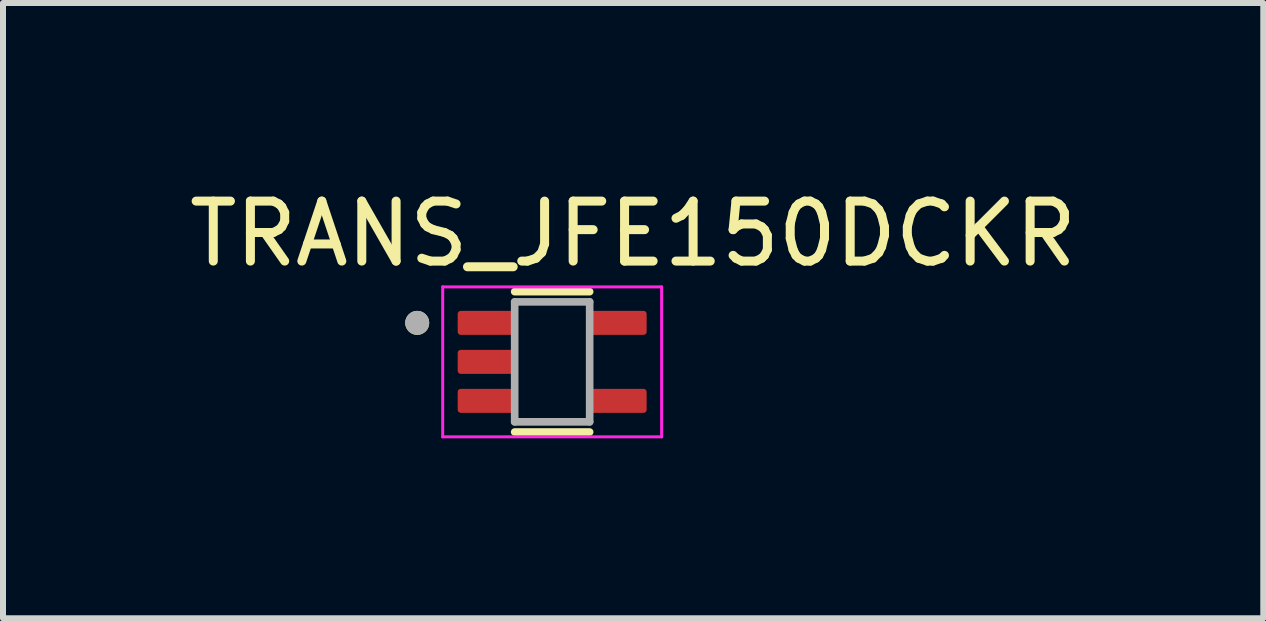
<source format=kicad_pcb>
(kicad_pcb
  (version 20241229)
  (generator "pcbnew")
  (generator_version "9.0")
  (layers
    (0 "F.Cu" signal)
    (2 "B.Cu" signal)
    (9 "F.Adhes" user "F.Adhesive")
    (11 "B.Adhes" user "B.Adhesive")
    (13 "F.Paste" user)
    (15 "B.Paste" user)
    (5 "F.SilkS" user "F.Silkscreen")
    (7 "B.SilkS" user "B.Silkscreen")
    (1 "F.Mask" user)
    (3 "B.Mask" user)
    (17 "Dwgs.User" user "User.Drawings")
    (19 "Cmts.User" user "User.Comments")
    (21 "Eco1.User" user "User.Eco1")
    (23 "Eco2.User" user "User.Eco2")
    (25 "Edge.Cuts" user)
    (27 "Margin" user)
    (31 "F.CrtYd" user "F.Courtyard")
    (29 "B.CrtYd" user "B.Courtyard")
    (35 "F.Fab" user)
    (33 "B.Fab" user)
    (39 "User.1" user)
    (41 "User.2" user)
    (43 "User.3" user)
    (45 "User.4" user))
  (footprint "TRANS_JFE150DCKR"
    (layer "F.Cu")
    (at 6.156 2.983)
    (property "Reference" "TRANS_JFE150DCKR" (at 1.35 -2.135 0) (layer "F.SilkS") (effects (font (size 1 1) (thickness 0.15))))
    (attr smd)
    (fp_poly (pts (xy -0.675 -0.38) (xy -1.525 -0.38) (xy -1.531 -0.38) (xy -1.538 -0.381) (xy -1.544 -0.381) (xy -1.55 -0.383) (xy -1.556 -0.384) (xy -1.562 -0.386) (xy -1.568 -0.388) (xy -1.574 -0.39) (xy -1.579 -0.393) (xy -1.585 -0.396) (xy -1.59 -0.399) (xy -1.596 -0.403) (xy -1.601 -0.407) (xy -1.605 -0.411) (xy -1.61 -0.415) (xy -1.614 -0.42) (xy -1.618 -0.424) (xy -1.622 -0.429) (xy -1.626 -0.435) (xy -1.629 -0.44) (xy -1.632 -0.446) (xy -1.635 -0.451) (xy -1.637 -0.457) (xy -1.639 -0.463) (xy -1.641 -0.469) (xy -1.642 -0.475) (xy -1.644 -0.481) (xy -1.644 -0.487) (xy -1.645 -0.494) (xy -1.645 -0.5) (xy -1.645 -0.8) (xy -1.645 -0.806) (xy -1.644 -0.813) (xy -1.644 -0.819) (xy -1.642 -0.825) (xy -1.641 -0.831) (xy -1.639 -0.837) (xy -1.637 -0.843) (xy -1.635 -0.849) (xy -1.632 -0.854) (xy -1.629 -0.86) (xy -1.626 -0.865) (xy -1.622 -0.871) (xy -1.618 -0.876) (xy -1.614 -0.88) (xy -1.61 -0.885) (xy -1.605 -0.889) (xy -1.601 -0.893) (xy -1.596 -0.897) (xy -1.59 -0.901) (xy -1.585 -0.904) (xy -1.579 -0.907) (xy -1.574 -0.91) (xy -1.568 -0.912) (xy -1.562 -0.914) (xy -1.556 -0.916) (xy -1.55 -0.917) (xy -1.544 -0.919) (xy -1.538 -0.919) (xy -1.531 -0.92) (xy -1.525 -0.92) (xy -0.675 -0.92) (xy -0.669 -0.92) (xy -0.662 -0.919) (xy -0.656 -0.919) (xy -0.65 -0.917) (xy -0.644 -0.916) (xy -0.638 -0.914) (xy -0.632 -0.912) (xy -0.626 -0.91) (xy -0.621 -0.907) (xy -0.615 -0.904) (xy -0.61 -0.901) (xy -0.604 -0.897) (xy -0.599 -0.893) (xy -0.595 -0.889) (xy -0.59 -0.885) (xy -0.586 -0.88) (xy -0.582 -0.876) (xy -0.578 -0.871) (xy -0.574 -0.865) (xy -0.571 -0.86) (xy -0.568 -0.854) (xy -0.565 -0.849) (xy -0.563 -0.843) (xy -0.561 -0.837) (xy -0.559 -0.831) (xy -0.558 -0.825) (xy -0.556 -0.819) (xy -0.556 -0.813) (xy -0.555 -0.806) (xy -0.555 -0.8) (xy -0.555 -0.5) (xy -0.555 -0.494) (xy -0.556 -0.487) (xy -0.556 -0.481) (xy -0.558 -0.475) (xy -0.559 -0.469) (xy -0.561 -0.463) (xy -0.563 -0.457) (xy -0.565 -0.451) (xy -0.568 -0.446) (xy -0.571 -0.44) (xy -0.574 -0.435) (xy -0.578 -0.429) (xy -0.582 -0.424) (xy -0.586 -0.42) (xy -0.59 -0.415) (xy -0.595 -0.411) (xy -0.599 -0.407) (xy -0.604 -0.403) (xy -0.61 -0.399) (xy -0.615 -0.396) (xy -0.621 -0.393) (xy -0.626 -0.39) (xy -0.632 -0.388) (xy -0.638 -0.386) (xy -0.644 -0.384) (xy -0.65 -0.383) (xy -0.656 -0.381) (xy -0.662 -0.381) (xy -0.669 -0.38) (xy -0.675 -0.38)) (stroke (width 0.01) (type solid)) (fill yes) (layer "F.Mask"))
    (fp_poly (pts (xy -0.675 0.27) (xy -1.525 0.27) (xy -1.531 0.27) (xy -1.538 0.269) (xy -1.544 0.269) (xy -1.55 0.267) (xy -1.556 0.266) (xy -1.562 0.264) (xy -1.568 0.262) (xy -1.574 0.26) (xy -1.579 0.257) (xy -1.585 0.254) (xy -1.59 0.251) (xy -1.596 0.247) (xy -1.601 0.243) (xy -1.605 0.239) (xy -1.61 0.235) (xy -1.614 0.23) (xy -1.618 0.226) (xy -1.622 0.221) (xy -1.626 0.215) (xy -1.629 0.21) (xy -1.632 0.204) (xy -1.635 0.199) (xy -1.637 0.193) (xy -1.639 0.187) (xy -1.641 0.181) (xy -1.642 0.175) (xy -1.644 0.169) (xy -1.644 0.163) (xy -1.645 0.156) (xy -1.645 0.15) (xy -1.645 -0.15) (xy -1.645 -0.156) (xy -1.644 -0.163) (xy -1.644 -0.169) (xy -1.642 -0.175) (xy -1.641 -0.181) (xy -1.639 -0.187) (xy -1.637 -0.193) (xy -1.635 -0.199) (xy -1.632 -0.204) (xy -1.629 -0.21) (xy -1.626 -0.215) (xy -1.622 -0.221) (xy -1.618 -0.226) (xy -1.614 -0.23) (xy -1.61 -0.235) (xy -1.605 -0.239) (xy -1.601 -0.243) (xy -1.596 -0.247) (xy -1.59 -0.251) (xy -1.585 -0.254) (xy -1.579 -0.257) (xy -1.574 -0.26) (xy -1.568 -0.262) (xy -1.562 -0.264) (xy -1.556 -0.266) (xy -1.55 -0.267) (xy -1.544 -0.269) (xy -1.538 -0.269) (xy -1.531 -0.27) (xy -1.525 -0.27) (xy -0.675 -0.27) (xy -0.669 -0.27) (xy -0.662 -0.269) (xy -0.656 -0.269) (xy -0.65 -0.267) (xy -0.644 -0.266) (xy -0.638 -0.264) (xy -0.632 -0.262) (xy -0.626 -0.26) (xy -0.621 -0.257) (xy -0.615 -0.254) (xy -0.61 -0.251) (xy -0.604 -0.247) (xy -0.599 -0.243) (xy -0.595 -0.239) (xy -0.59 -0.235) (xy -0.586 -0.23) (xy -0.582 -0.226) (xy -0.578 -0.221) (xy -0.574 -0.215) (xy -0.571 -0.21) (xy -0.568 -0.204) (xy -0.565 -0.199) (xy -0.563 -0.193) (xy -0.561 -0.187) (xy -0.559 -0.181) (xy -0.558 -0.175) (xy -0.556 -0.169) (xy -0.556 -0.163) (xy -0.555 -0.156) (xy -0.555 -0.15) (xy -0.555 0.15) (xy -0.555 0.156) (xy -0.556 0.163) (xy -0.556 0.169) (xy -0.558 0.175) (xy -0.559 0.181) (xy -0.561 0.187) (xy -0.563 0.193) (xy -0.565 0.199) (xy -0.568 0.204) (xy -0.571 0.21) (xy -0.574 0.215) (xy -0.578 0.221) (xy -0.582 0.226) (xy -0.586 0.23) (xy -0.59 0.235) (xy -0.595 0.239) (xy -0.599 0.243) (xy -0.604 0.247) (xy -0.61 0.251) (xy -0.615 0.254) (xy -0.621 0.257) (xy -0.626 0.26) (xy -0.632 0.262) (xy -0.638 0.264) (xy -0.644 0.266) (xy -0.65 0.267) (xy -0.656 0.269) (xy -0.662 0.269) (xy -0.669 0.27) (xy -0.675 0.27)) (stroke (width 0.01) (type solid)) (fill yes) (layer "F.Mask"))
    (fp_poly (pts (xy -0.675 0.92) (xy -1.525 0.92) (xy -1.531 0.92) (xy -1.538 0.919) (xy -1.544 0.919) (xy -1.55 0.917) (xy -1.556 0.916) (xy -1.562 0.914) (xy -1.568 0.912) (xy -1.574 0.91) (xy -1.579 0.907) (xy -1.585 0.904) (xy -1.59 0.901) (xy -1.596 0.897) (xy -1.601 0.893) (xy -1.605 0.889) (xy -1.61 0.885) (xy -1.614 0.88) (xy -1.618 0.876) (xy -1.622 0.871) (xy -1.626 0.865) (xy -1.629 0.86) (xy -1.632 0.854) (xy -1.635 0.849) (xy -1.637 0.843) (xy -1.639 0.837) (xy -1.641 0.831) (xy -1.642 0.825) (xy -1.644 0.819) (xy -1.644 0.813) (xy -1.645 0.806) (xy -1.645 0.8) (xy -1.645 0.5) (xy -1.645 0.494) (xy -1.644 0.487) (xy -1.644 0.481) (xy -1.642 0.475) (xy -1.641 0.469) (xy -1.639 0.463) (xy -1.637 0.457) (xy -1.635 0.451) (xy -1.632 0.446) (xy -1.629 0.44) (xy -1.626 0.435) (xy -1.622 0.429) (xy -1.618 0.424) (xy -1.614 0.42) (xy -1.61 0.415) (xy -1.605 0.411) (xy -1.601 0.407) (xy -1.596 0.403) (xy -1.59 0.399) (xy -1.585 0.396) (xy -1.579 0.393) (xy -1.574 0.39) (xy -1.568 0.388) (xy -1.562 0.386) (xy -1.556 0.384) (xy -1.55 0.383) (xy -1.544 0.381) (xy -1.538 0.381) (xy -1.531 0.38) (xy -1.525 0.38) (xy -0.675 0.38) (xy -0.669 0.38) (xy -0.662 0.381) (xy -0.656 0.381) (xy -0.65 0.383) (xy -0.644 0.384) (xy -0.638 0.386) (xy -0.632 0.388) (xy -0.626 0.39) (xy -0.621 0.393) (xy -0.615 0.396) (xy -0.61 0.399) (xy -0.604 0.403) (xy -0.599 0.407) (xy -0.595 0.411) (xy -0.59 0.415) (xy -0.586 0.42) (xy -0.582 0.424) (xy -0.578 0.429) (xy -0.574 0.435) (xy -0.571 0.44) (xy -0.568 0.446) (xy -0.565 0.451) (xy -0.563 0.457) (xy -0.561 0.463) (xy -0.559 0.469) (xy -0.558 0.475) (xy -0.556 0.481) (xy -0.556 0.487) (xy -0.555 0.494) (xy -0.555 0.5) (xy -0.555 0.8) (xy -0.555 0.806) (xy -0.556 0.813) (xy -0.556 0.819) (xy -0.558 0.825) (xy -0.559 0.831) (xy -0.561 0.837) (xy -0.563 0.843) (xy -0.565 0.849) (xy -0.568 0.854) (xy -0.571 0.86) (xy -0.574 0.865) (xy -0.578 0.871) (xy -0.582 0.876) (xy -0.586 0.88) (xy -0.59 0.885) (xy -0.595 0.889) (xy -0.599 0.893) (xy -0.604 0.897) (xy -0.61 0.901) (xy -0.615 0.904) (xy -0.621 0.907) (xy -0.626 0.91) (xy -0.632 0.912) (xy -0.638 0.914) (xy -0.644 0.916) (xy -0.65 0.917) (xy -0.656 0.919) (xy -0.662 0.919) (xy -0.669 0.92) (xy -0.675 0.92)) (stroke (width 0.01) (type solid)) (fill yes) (layer "F.Mask"))
    (fp_poly (pts (xy 1.525 -0.38) (xy 0.675 -0.38) (xy 0.669 -0.38) (xy 0.662 -0.381) (xy 0.656 -0.381) (xy 0.65 -0.383) (xy 0.644 -0.384) (xy 0.638 -0.386) (xy 0.632 -0.388) (xy 0.626 -0.39) (xy 0.621 -0.393) (xy 0.615 -0.396) (xy 0.61 -0.399) (xy 0.604 -0.403) (xy 0.599 -0.407) (xy 0.595 -0.411) (xy 0.59 -0.415) (xy 0.586 -0.42) (xy 0.582 -0.424) (xy 0.578 -0.429) (xy 0.574 -0.435) (xy 0.571 -0.44) (xy 0.568 -0.446) (xy 0.565 -0.451) (xy 0.563 -0.457) (xy 0.561 -0.463) (xy 0.559 -0.469) (xy 0.558 -0.475) (xy 0.556 -0.481) (xy 0.556 -0.487) (xy 0.555 -0.494) (xy 0.555 -0.5) (xy 0.555 -0.8) (xy 0.555 -0.806) (xy 0.556 -0.813) (xy 0.556 -0.819) (xy 0.558 -0.825) (xy 0.559 -0.831) (xy 0.561 -0.837) (xy 0.563 -0.843) (xy 0.565 -0.849) (xy 0.568 -0.854) (xy 0.571 -0.86) (xy 0.574 -0.865) (xy 0.578 -0.871) (xy 0.582 -0.876) (xy 0.586 -0.88) (xy 0.59 -0.885) (xy 0.595 -0.889) (xy 0.599 -0.893) (xy 0.604 -0.897) (xy 0.61 -0.901) (xy 0.615 -0.904) (xy 0.621 -0.907) (xy 0.626 -0.91) (xy 0.632 -0.912) (xy 0.638 -0.914) (xy 0.644 -0.916) (xy 0.65 -0.917) (xy 0.656 -0.919) (xy 0.662 -0.919) (xy 0.669 -0.92) (xy 0.675 -0.92) (xy 1.525 -0.92) (xy 1.531 -0.92) (xy 1.538 -0.919) (xy 1.544 -0.919) (xy 1.55 -0.917) (xy 1.556 -0.916) (xy 1.562 -0.914) (xy 1.568 -0.912) (xy 1.574 -0.91) (xy 1.579 -0.907) (xy 1.585 -0.904) (xy 1.59 -0.901) (xy 1.596 -0.897) (xy 1.601 -0.893) (xy 1.605 -0.889) (xy 1.61 -0.885) (xy 1.614 -0.88) (xy 1.618 -0.876) (xy 1.622 -0.871) (xy 1.626 -0.865) (xy 1.629 -0.86) (xy 1.632 -0.854) (xy 1.635 -0.849) (xy 1.637 -0.843) (xy 1.639 -0.837) (xy 1.641 -0.831) (xy 1.642 -0.825) (xy 1.644 -0.819) (xy 1.644 -0.813) (xy 1.645 -0.806) (xy 1.645 -0.8) (xy 1.645 -0.5) (xy 1.645 -0.494) (xy 1.644 -0.487) (xy 1.644 -0.481) (xy 1.642 -0.475) (xy 1.641 -0.469) (xy 1.639 -0.463) (xy 1.637 -0.457) (xy 1.635 -0.451) (xy 1.632 -0.446) (xy 1.629 -0.44) (xy 1.626 -0.435) (xy 1.622 -0.429) (xy 1.618 -0.424) (xy 1.614 -0.42) (xy 1.61 -0.415) (xy 1.605 -0.411) (xy 1.601 -0.407) (xy 1.596 -0.403) (xy 1.59 -0.399) (xy 1.585 -0.396) (xy 1.579 -0.393) (xy 1.574 -0.39) (xy 1.568 -0.388) (xy 1.562 -0.386) (xy 1.556 -0.384) (xy 1.55 -0.383) (xy 1.544 -0.381) (xy 1.538 -0.381) (xy 1.531 -0.38) (xy 1.525 -0.38)) (stroke (width 0.01) (type solid)) (fill yes) (layer "F.Mask"))
    (fp_poly (pts (xy 1.525 0.92) (xy 0.675 0.92) (xy 0.669 0.92) (xy 0.662 0.919) (xy 0.656 0.919) (xy 0.65 0.917) (xy 0.644 0.916) (xy 0.638 0.914) (xy 0.632 0.912) (xy 0.626 0.91) (xy 0.621 0.907) (xy 0.615 0.904) (xy 0.61 0.901) (xy 0.604 0.897) (xy 0.599 0.893) (xy 0.595 0.889) (xy 0.59 0.885) (xy 0.586 0.88) (xy 0.582 0.876) (xy 0.578 0.871) (xy 0.574 0.865) (xy 0.571 0.86) (xy 0.568 0.854) (xy 0.565 0.849) (xy 0.563 0.843) (xy 0.561 0.837) (xy 0.559 0.831) (xy 0.558 0.825) (xy 0.556 0.819) (xy 0.556 0.813) (xy 0.555 0.806) (xy 0.555 0.8) (xy 0.555 0.5) (xy 0.555 0.494) (xy 0.556 0.487) (xy 0.556 0.481) (xy 0.558 0.475) (xy 0.559 0.469) (xy 0.561 0.463) (xy 0.563 0.457) (xy 0.565 0.451) (xy 0.568 0.446) (xy 0.571 0.44) (xy 0.574 0.435) (xy 0.578 0.429) (xy 0.582 0.424) (xy 0.586 0.42) (xy 0.59 0.415) (xy 0.595 0.411) (xy 0.599 0.407) (xy 0.604 0.403) (xy 0.61 0.399) (xy 0.615 0.396) (xy 0.621 0.393) (xy 0.626 0.39) (xy 0.632 0.388) (xy 0.638 0.386) (xy 0.644 0.384) (xy 0.65 0.383) (xy 0.656 0.381) (xy 0.662 0.381) (xy 0.669 0.38) (xy 0.675 0.38) (xy 1.525 0.38) (xy 1.531 0.38) (xy 1.538 0.381) (xy 1.544 0.381) (xy 1.55 0.383) (xy 1.556 0.384) (xy 1.562 0.386) (xy 1.568 0.388) (xy 1.574 0.39) (xy 1.579 0.393) (xy 1.585 0.396) (xy 1.59 0.399) (xy 1.596 0.403) (xy 1.601 0.407) (xy 1.605 0.411) (xy 1.61 0.415) (xy 1.614 0.42) (xy 1.618 0.424) (xy 1.622 0.429) (xy 1.626 0.435) (xy 1.629 0.44) (xy 1.632 0.446) (xy 1.635 0.451) (xy 1.637 0.457) (xy 1.639 0.463) (xy 1.641 0.469) (xy 1.642 0.475) (xy 1.644 0.481) (xy 1.644 0.487) (xy 1.645 0.494) (xy 1.645 0.5) (xy 1.645 0.8) (xy 1.645 0.806) (xy 1.644 0.813) (xy 1.644 0.819) (xy 1.642 0.825) (xy 1.641 0.831) (xy 1.639 0.837) (xy 1.637 0.843) (xy 1.635 0.849) (xy 1.632 0.854) (xy 1.629 0.86) (xy 1.626 0.865) (xy 1.622 0.871) (xy 1.618 0.876) (xy 1.614 0.88) (xy 1.61 0.885) (xy 1.605 0.889) (xy 1.601 0.893) (xy 1.596 0.897) (xy 1.59 0.901) (xy 1.585 0.904) (xy 1.579 0.907) (xy 1.574 0.91) (xy 1.568 0.912) (xy 1.562 0.914) (xy 1.556 0.916) (xy 1.55 0.917) (xy 1.544 0.919) (xy 1.538 0.919) (xy 1.531 0.92) (xy 1.525 0.92)) (stroke (width 0.01) (type solid)) (fill yes) (layer "F.Mask"))
    (fp_line (start -0.625 -1.17) (end 0.625 -1.17) (stroke (width 0.127) (type solid)) (layer "F.SilkS"))
    (fp_line (start -0.625 1.17) (end 0.625 1.17) (stroke (width 0.127) (type solid)) (layer "F.SilkS"))
    (fp_circle (center -2.25 -0.65) (end -2.15 -0.65) (stroke (width 0.2) (type solid)) (fill no) (layer "F.SilkS"))
    (fp_line (start -1.825 -1.25) (end -1.825 1.25) (stroke (width 0.05) (type solid)) (layer "F.CrtYd"))
    (fp_line (start -1.825 1.25) (end 1.825 1.25) (stroke (width 0.05) (type solid)) (layer "F.CrtYd"))
    (fp_line (start 1.825 -1.25) (end -1.825 -1.25) (stroke (width 0.05) (type solid)) (layer "F.CrtYd"))
    (fp_line (start 1.825 1.25) (end 1.825 -1.25) (stroke (width 0.05) (type solid)) (layer "F.CrtYd"))
    (fp_line (start -0.625 -1) (end 0.625 -1) (stroke (width 0.127) (type solid)) (layer "F.Fab"))
    (fp_line (start -0.625 1) (end -0.625 -1) (stroke (width 0.127) (type solid)) (layer "F.Fab"))
    (fp_line (start 0.625 -1) (end 0.625 1) (stroke (width 0.127) (type solid)) (layer "F.Fab"))
    (fp_line (start 0.625 1) (end -0.625 1) (stroke (width 0.127) (type solid)) (layer "F.Fab"))
    (fp_circle (center -2.25 -0.65) (end -2.15 -0.65) (stroke (width 0.2) (type solid)) (fill no) (layer "F.Fab"))
    (pad "1" smd roundrect (at -1.1 -0.65) (size 0.95 0.4) (layers "F.Cu" "F.Paste") (roundrect_rratio 0.125))
    (pad "2" smd roundrect (at -1.1 0) (size 0.95 0.4) (layers "F.Cu" "F.Paste") (roundrect_rratio 0.125))
    (pad "3" smd roundrect (at -1.1 0.65) (size 0.95 0.4) (layers "F.Cu" "F.Paste") (roundrect_rratio 0.125))
    (pad "4" smd roundrect (at 1.1 0.65) (size 0.95 0.4) (layers "F.Cu" "F.Paste") (roundrect_rratio 0.125))
    (pad "5" smd roundrect (at 1.1 -0.65) (size 0.95 0.4) (layers "F.Cu" "F.Paste") (roundrect_rratio 0.125)))
  (gr_rect
    (start -3 -3)
    (end 18.012 7.258)
    (stroke (width 0.1) (type default))
    (fill no)
    (layer "Edge.Cuts")))
</source>
